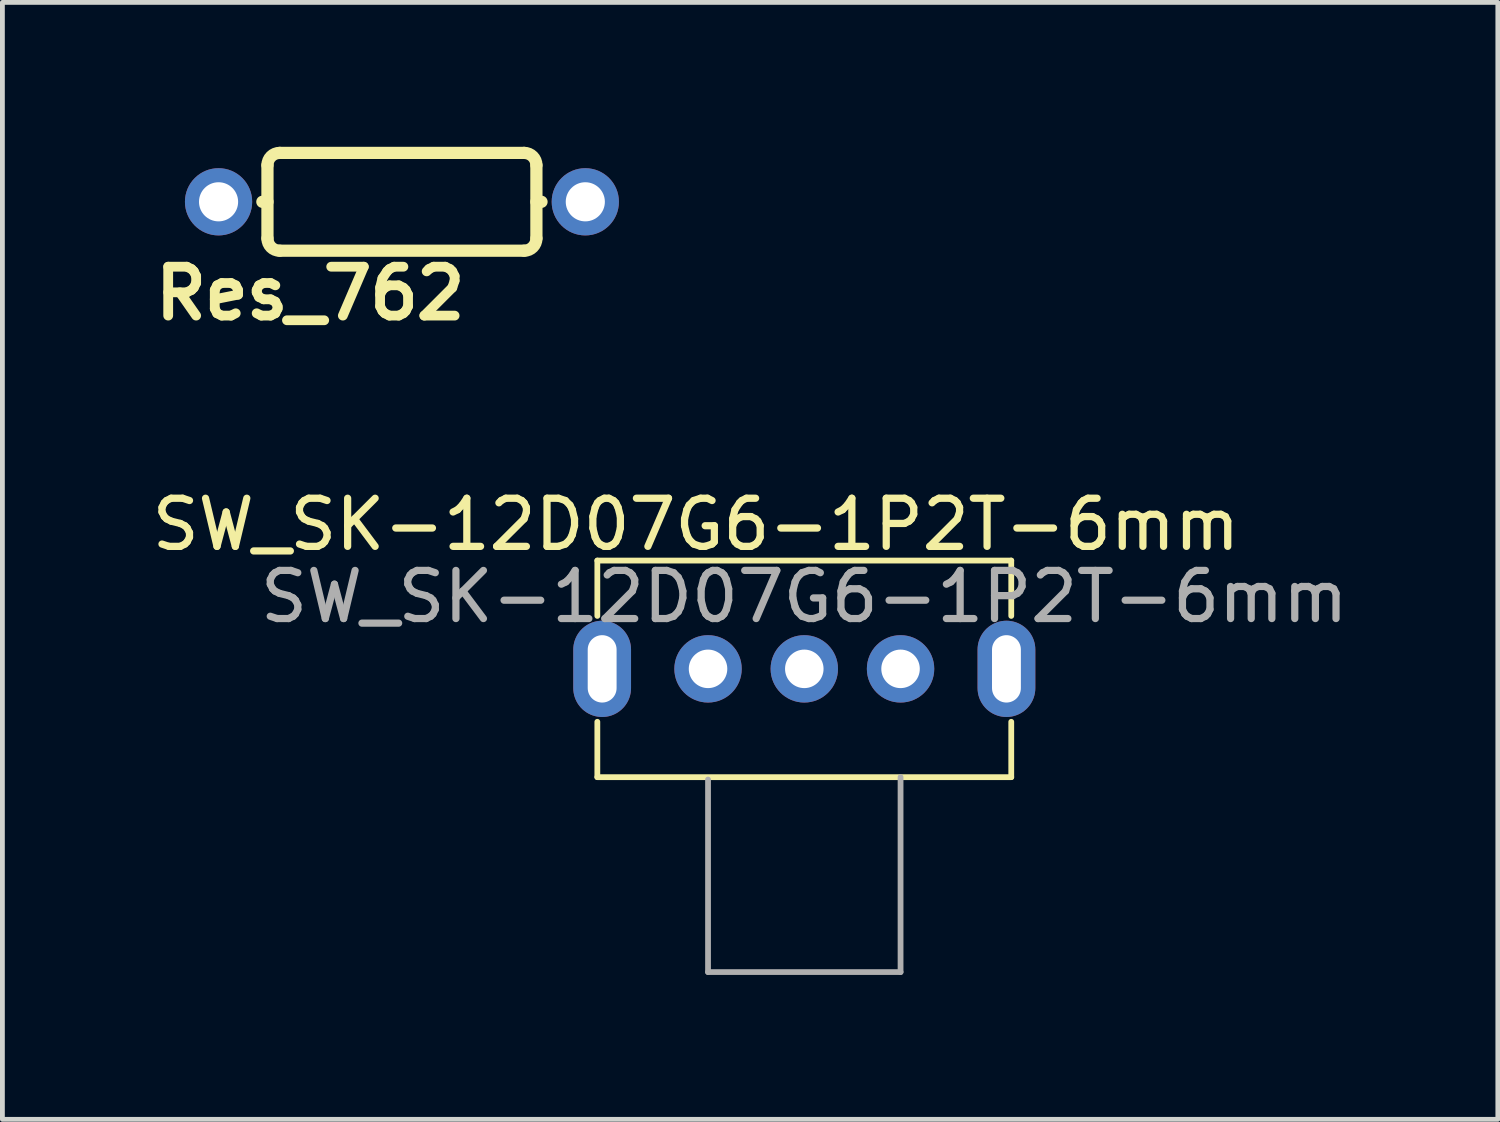
<source format=kicad_pcb>
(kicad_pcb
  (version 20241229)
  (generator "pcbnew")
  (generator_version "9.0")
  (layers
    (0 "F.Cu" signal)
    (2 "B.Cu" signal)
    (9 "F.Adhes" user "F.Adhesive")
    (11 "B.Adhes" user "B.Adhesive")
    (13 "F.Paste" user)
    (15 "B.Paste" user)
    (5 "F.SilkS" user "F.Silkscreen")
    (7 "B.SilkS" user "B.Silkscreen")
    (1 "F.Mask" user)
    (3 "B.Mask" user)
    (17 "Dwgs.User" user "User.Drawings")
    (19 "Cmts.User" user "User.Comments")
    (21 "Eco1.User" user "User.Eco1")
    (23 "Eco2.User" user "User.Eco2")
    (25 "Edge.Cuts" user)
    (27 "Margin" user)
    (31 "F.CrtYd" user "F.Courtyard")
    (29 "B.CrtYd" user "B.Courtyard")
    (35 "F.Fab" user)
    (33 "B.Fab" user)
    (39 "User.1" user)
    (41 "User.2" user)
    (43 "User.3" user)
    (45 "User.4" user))
  (footprint "Res_762"
    (layer "F.Cu")
    (at 5.301 1.143)
    (property "Reference" "Res_762" (at -1.905 1.905 0) (layer "F.SilkS") (effects (font (size 1.016 1.016) (thickness 0.203))))
    (attr through_hole)
    (fp_line (start -2.9 0) (end -2.794 0) (stroke (width 0.254) (type solid)) (layer "F.SilkS"))
    (fp_line (start -2.794 0.762) (end -2.794 -0.762) (stroke (width 0.254) (type solid)) (layer "F.SilkS"))
    (fp_line (start -2.54 -1.016) (end 2.54 -1.016) (stroke (width 0.254) (type solid)) (layer "F.SilkS"))
    (fp_line (start 2.54 1.016) (end -2.54 1.016) (stroke (width 0.254) (type solid)) (layer "F.SilkS"))
    (fp_line (start 2.794 -0.762) (end 2.794 0.762) (stroke (width 0.254) (type solid)) (layer "F.SilkS"))
    (fp_line (start 2.794 0) (end 2.9 0) (stroke (width 0.254) (type solid)) (layer "F.SilkS"))
    (fp_arc (start -2.794 -0.762) (mid -2.719605 -0.941605) (end -2.54 -1.016) (stroke (width 0.254) (type solid)) (layer "F.SilkS"))
    (fp_arc (start -2.54 1.016) (mid -2.719605 0.941605) (end -2.794 0.762) (stroke (width 0.254) (type solid)) (layer "F.SilkS"))
    (fp_arc (start 2.54 -1.016) (mid 2.719605 -0.941605) (end 2.794 -0.762) (stroke (width 0.254) (type solid)) (layer "F.SilkS"))
    (fp_arc (start 2.794 0.762) (mid 2.719605 0.941605) (end 2.54 1.016) (stroke (width 0.254) (type solid)) (layer "F.SilkS"))
    (pad "1" thru_hole circle (at -3.81 0) (size 1.397 1.397) (drill 0.813) (layers "*.Cu" "*.Mask"))
    (pad "2" thru_hole circle (at 3.81 0) (size 1.397 1.397) (drill 0.813) (layers "*.Cu" "*.Mask")))
  (footprint "SW_SK-12D07G6-1P2T-6mm"
    (layer "F.Cu")
    (at 11.661 10.847)
    (property "Reference" "SW_SK-12D07G6-1P2T-6mm" (at -0.25 -3 0) (unlocked yes) (layer "F.SilkS") (effects (font (size 1 1) (thickness 0.15))))
    (attr through_hole)
    (fp_line (start -2.3 -2.25) (end -2.3 -1.1) (stroke (width 0.12) (type default)) (layer "F.SilkS"))
    (fp_line (start -2.3 1.1) (end -2.3 2.25) (stroke (width 0.12) (type default)) (layer "F.SilkS"))
    (fp_line (start -2.3 2.25) (end 6.3 2.25) (stroke (width 0.12) (type default)) (layer "F.SilkS"))
    (fp_line (start 6.3 -2.25) (end -2.3 -2.25) (stroke (width 0.12) (type default)) (layer "F.SilkS"))
    (fp_line (start 6.3 -1.1) (end 6.3 -2.25) (stroke (width 0.12) (type default)) (layer "F.SilkS"))
    (fp_line (start 6.3 2.25) (end 6.3 1.1) (stroke (width 0.12) (type default)) (layer "F.SilkS"))
    (fp_line (start 0 2.3) (end 0 6.3) (stroke (width 0.12) (type default)) (layer "F.Fab"))
    (fp_line (start 0 6.3) (end 4 6.3) (stroke (width 0.12) (type default)) (layer "F.Fab"))
    (fp_line (start 4 2.25) (end 4 6.3) (stroke (width 0.12) (type default)) (layer "F.Fab"))
    (fp_text user "${REFERENCE}" (at 2 -1.5 0) (unlocked yes) (layer "F.Fab") (effects (font (size 1 1) (thickness 0.15))))
    (pad "1" thru_hole circle (at 0 0) (size 1.4 1.4) (drill 0.8) (layers "*.Cu" "*.Mask"))
    (pad "2" thru_hole circle (at 2 0) (size 1.4 1.4) (drill 0.8) (layers "*.Cu" "*.Mask"))
    (pad "3" thru_hole circle (at 4 0) (size 1.4 1.4) (drill 0.8) (layers "*.Cu" "*.Mask"))
    (pad "MP" thru_hole oval (at -2.2 0) (size 1.2 2) (drill oval 0.6 1.4) (layers "*.Cu" "*.Mask"))
    (pad "MP" thru_hole oval (at 6.2 0) (size 1.2 2) (drill oval 0.6 1.4) (layers "*.Cu" "*.Mask")))
  (gr_rect
    (start -3 -3)
    (end 28.071 20.207)
    (stroke (width 0.1) (type default))
    (fill no)
    (layer "Edge.Cuts")))
</source>
